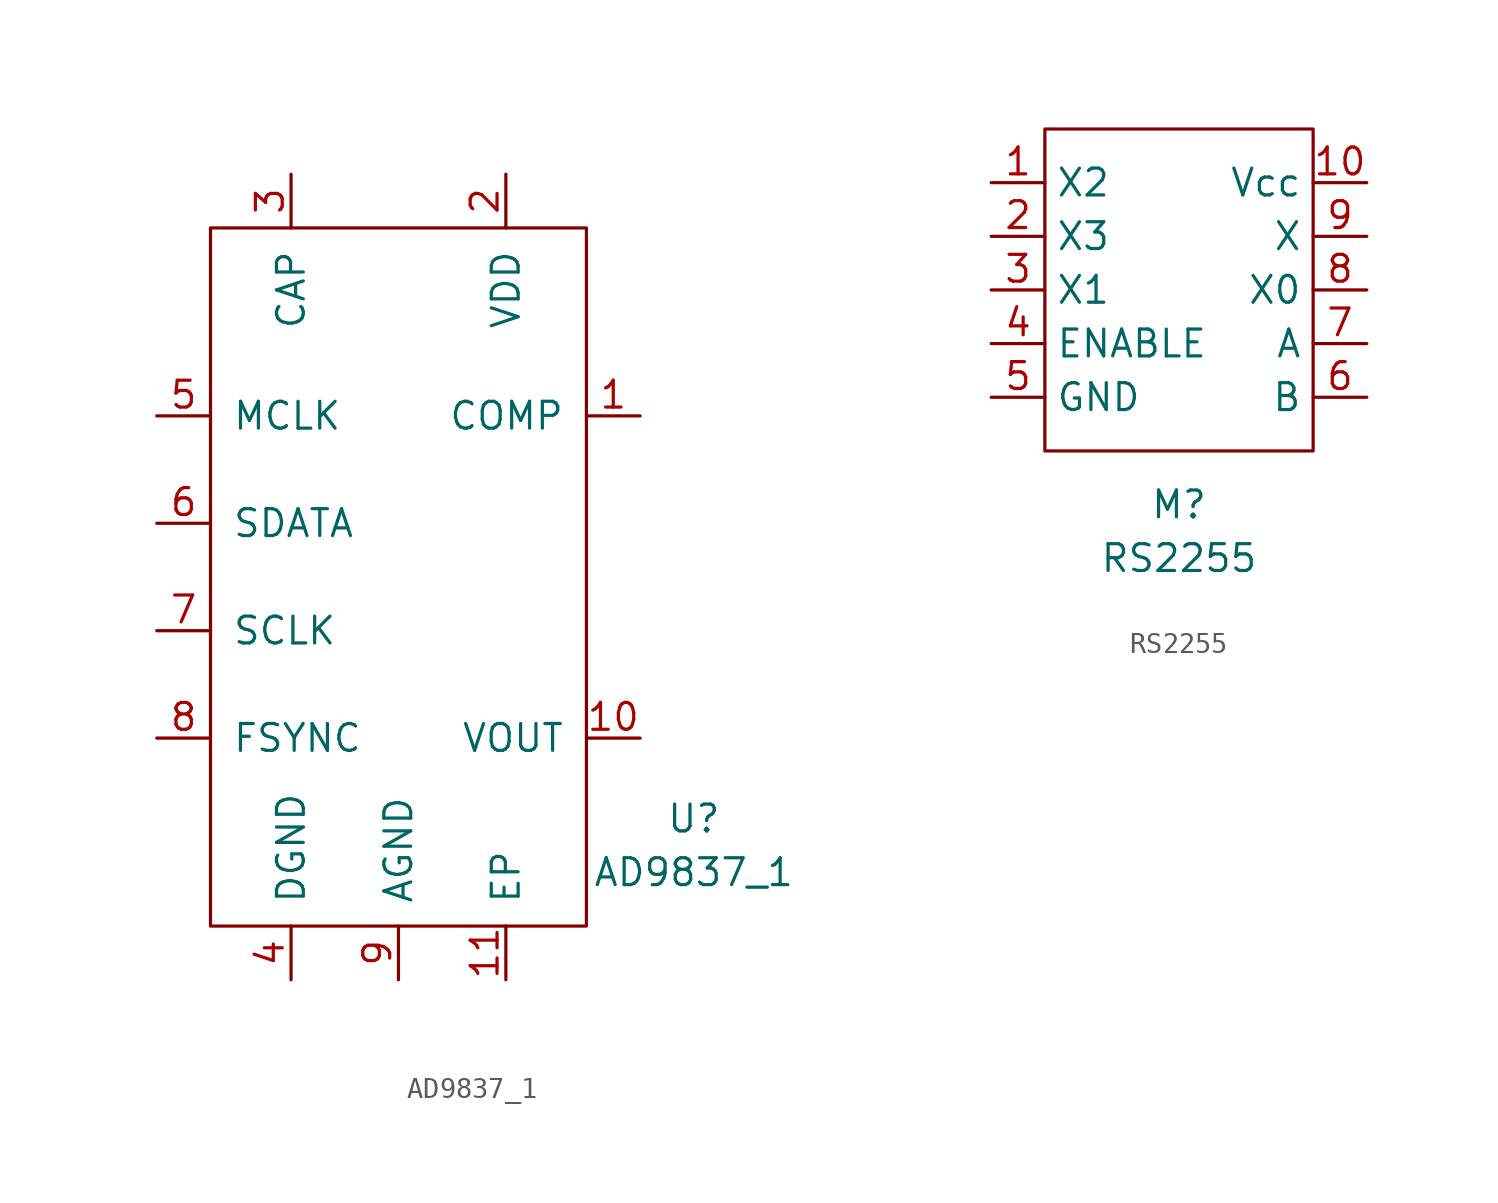
<source format=kicad_sym>
(kicad_symbol_lib
  (version 20211014)
  (generator kicad_symbol_editor)
  (symbol "AD9837_1"
    (pin_names
      (offset 1.016))
    (property "Reference" "U"
      (at 13.97 -11.43 0)
      (effects (font (size 1.27 1.27))))
    (property "Value" "AD9837_1"
      (at 13.97 -13.97 0)
      (effects (font (size 1.27 1.27))))
    (symbol "AD9837_1_0_1"
      (rectangle (start -8.89 16.51) (end 8.89 -16.51) (stroke (width 0) (type default) (color 0 0 0 0)) (fill (type none))))
    (symbol "AD9837_1_1_1"
      (pin passive line (at 11.43 7.62 180) (length 2.54) (name "COMP" (effects (font (size 1.27 1.27)))) (number "1" (effects (font (size 1.27 1.27)))))
      (pin output line (at 11.43 -7.62 180) (length 2.54) (name "VOUT" (effects (font (size 1.27 1.27)))) (number "10" (effects (font (size 1.27 1.27)))))
      (pin power_in line (at 5.08 -19.05 90) (length 2.54) (name "EP" (effects (font (size 1.27 1.27)))) (number "11" (effects (font (size 1.27 1.27)))))
      (pin power_in line (at 5.08 19.05 270) (length 2.54) (name "VDD" (effects (font (size 1.27 1.27)))) (number "2" (effects (font (size 1.27 1.27)))))
      (pin passive line (at -5.08 19.05 270) (length 2.54) (name "CAP" (effects (font (size 1.27 1.27)))) (number "3" (effects (font (size 1.27 1.27)))))
      (pin power_in line (at -5.08 -19.05 90) (length 2.54) (name "DGND" (effects (font (size 1.27 1.27)))) (number "4" (effects (font (size 1.27 1.27)))))
      (pin input line (at -11.43 7.62 0) (length 2.54) (name "MCLK" (effects (font (size 1.27 1.27)))) (number "5" (effects (font (size 1.27 1.27)))))
      (pin input line (at -11.43 2.54 0) (length 2.54) (name "SDATA" (effects (font (size 1.27 1.27)))) (number "6" (effects (font (size 1.27 1.27)))))
      (pin input line (at -11.43 -2.54 0) (length 2.54) (name "SCLK" (effects (font (size 1.27 1.27)))) (number "7" (effects (font (size 1.27 1.27)))))
      (pin input line (at -11.43 -7.62 0) (length 2.54) (name "FSYNC" (effects (font (size 1.27 1.27)))) (number "8" (effects (font (size 1.27 1.27)))))
      (pin power_in line (at 0 -19.05 90) (length 2.54) (name "AGND" (effects (font (size 1.27 1.27)))) (number "9" (effects (font (size 1.27 1.27)))))))
  (symbol "RS2255"
    (property "Reference" "M"
      (at 0 -10.16 0)
      (effects (font (size 1.27 1.27))))
    (property "Value" "RS2255"
      (at 0 -12.7 0)
      (effects (font (size 1.27 1.27))))
    (symbol "RS2255_0_1"
      (rectangle (start -6.35 7.62) (end 6.35 -7.62) (stroke (width 0) (type default) (color 0 0 0 0)) (fill (type none))))
    (symbol "RS2255_1_1"
      (pin input line (at -8.89 5.08 0) (length 2.54) (name "X2" (effects (font (size 1.27 1.27)))) (number "1" (effects (font (size 1.27 1.27)))))
      (pin input line (at 8.89 5.08 180) (length 2.54) (name "Vcc" (effects (font (size 1.27 1.27)))) (number "10" (effects (font (size 1.27 1.27)))))
      (pin input line (at -8.89 2.54 0) (length 2.54) (name "X3" (effects (font (size 1.27 1.27)))) (number "2" (effects (font (size 1.27 1.27)))))
      (pin input line (at -8.89 0 0) (length 2.54) (name "X1" (effects (font (size 1.27 1.27)))) (number "3" (effects (font (size 1.27 1.27)))))
      (pin input line (at -8.89 -2.54 0) (length 2.54) (name "ENABLE" (effects (font (size 1.27 1.27)))) (number "4" (effects (font (size 1.27 1.27)))))
      (pin input line (at -8.89 -5.08 0) (length 2.54) (name "GND" (effects (font (size 1.27 1.27)))) (number "5" (effects (font (size 1.27 1.27)))))
      (pin input line (at 8.89 -5.08 180) (length 2.54) (name "B" (effects (font (size 1.27 1.27)))) (number "6" (effects (font (size 1.27 1.27)))))
      (pin input line (at 8.89 -2.54 180) (length 2.54) (name "A" (effects (font (size 1.27 1.27)))) (number "7" (effects (font (size 1.27 1.27)))))
      (pin input line (at 8.89 0 180) (length 2.54) (name "X0" (effects (font (size 1.27 1.27)))) (number "8" (effects (font (size 1.27 1.27)))))
      (pin output line (at 8.89 2.54 180) (length 2.54) (name "X" (effects (font (size 1.27 1.27)))) (number "9" (effects (font (size 1.27 1.27))))))))
</source>
